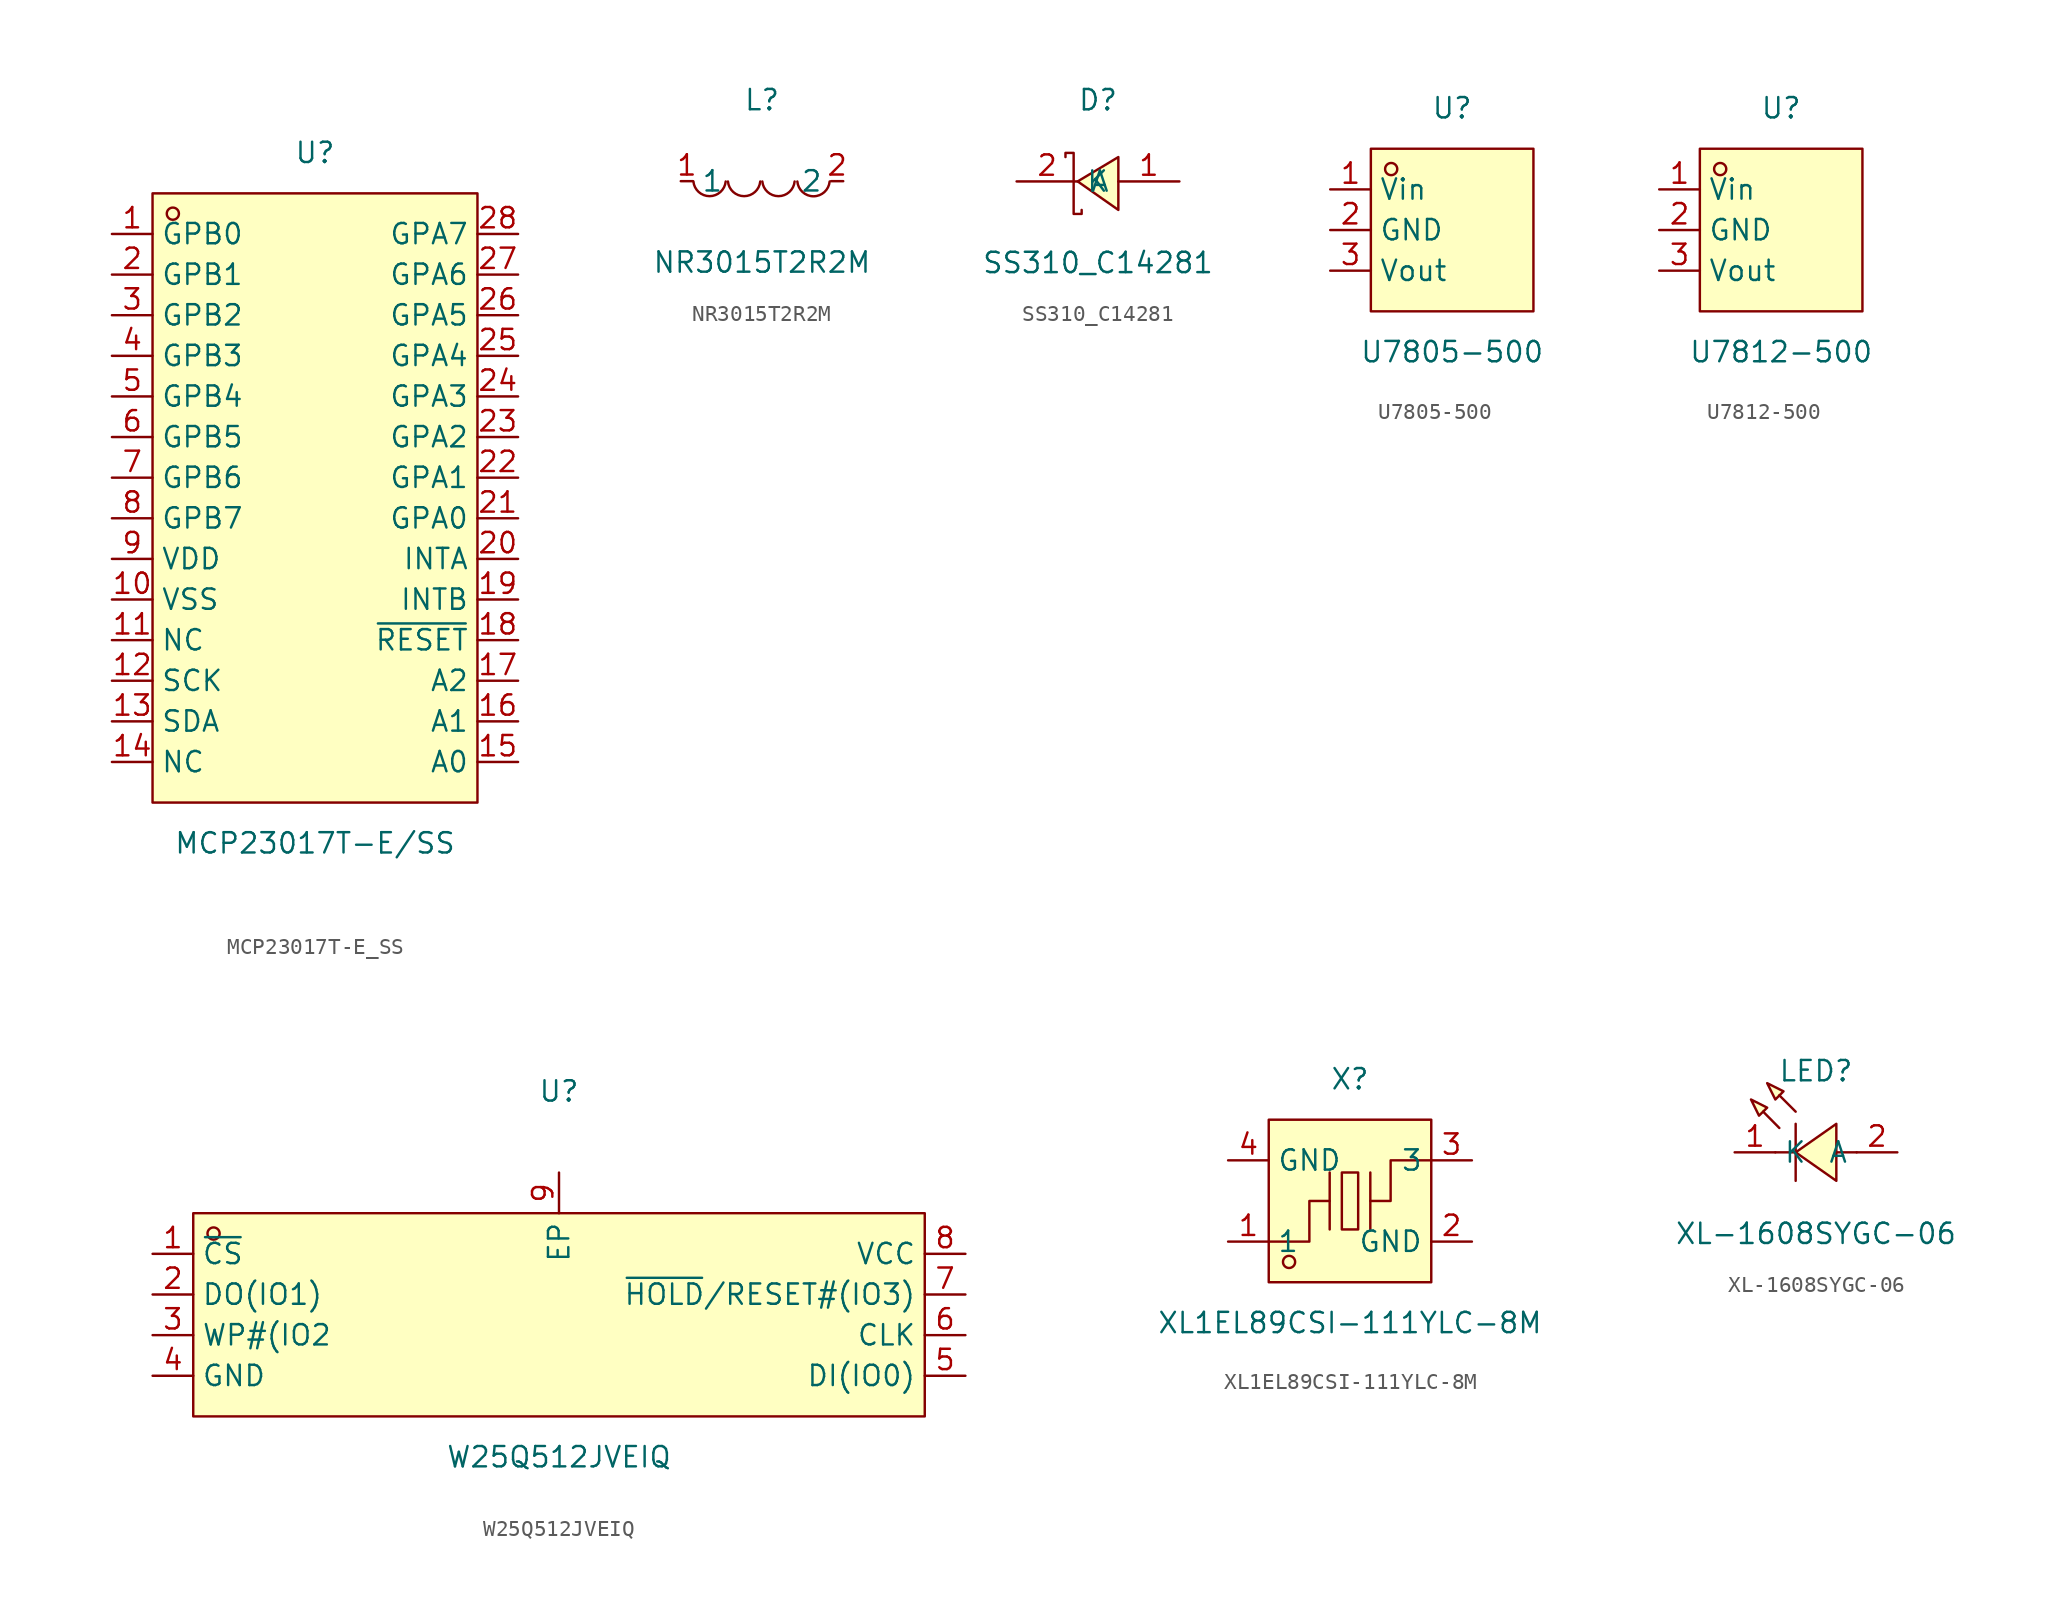
<source format=kicad_sym>
(kicad_symbol_lib
  (version 20211014)
  (generator https://github.com/uPesy/easyeda2kicad.py)
  (symbol "MCP23017T-E_SS"
    (property "Reference" "U"
      (at 0 21.59 0)
      (effects (font (size 1.27 1.27))))
    (property "Value" "MCP23017T-E/SS"
      (at 0 -21.59 0)
      (effects (font (size 1.27 1.27))))
    (symbol "MCP23017T-E_SS_0_1"
      (rectangle (start -10.16 19.05) (end 10.16 -19.05) (stroke (width 0) (type default) (color 0 0 0 0)) (fill (type background)))
      (circle (center -8.89 17.78) (radius 0.38) (stroke (width 0) (type default) (color 0 0 0 0)) (fill (type none)))
      (pin unspecified line (at -12.70 16.51 0) (length 2.54) (name "GPB0" (effects (font (size 1.27 1.27)))) (number "1" (effects (font (size 1.27 1.27)))))
      (pin unspecified line (at -12.70 13.97 0) (length 2.54) (name "GPB1" (effects (font (size 1.27 1.27)))) (number "2" (effects (font (size 1.27 1.27)))))
      (pin unspecified line (at -12.70 11.43 0) (length 2.54) (name "GPB2" (effects (font (size 1.27 1.27)))) (number "3" (effects (font (size 1.27 1.27)))))
      (pin unspecified line (at -12.70 8.89 0) (length 2.54) (name "GPB3" (effects (font (size 1.27 1.27)))) (number "4" (effects (font (size 1.27 1.27)))))
      (pin unspecified line (at -12.70 6.35 0) (length 2.54) (name "GPB4" (effects (font (size 1.27 1.27)))) (number "5" (effects (font (size 1.27 1.27)))))
      (pin unspecified line (at -12.70 3.81 0) (length 2.54) (name "GPB5" (effects (font (size 1.27 1.27)))) (number "6" (effects (font (size 1.27 1.27)))))
      (pin unspecified line (at -12.70 1.27 0) (length 2.54) (name "GPB6" (effects (font (size 1.27 1.27)))) (number "7" (effects (font (size 1.27 1.27)))))
      (pin unspecified line (at -12.70 -1.27 0) (length 2.54) (name "GPB7" (effects (font (size 1.27 1.27)))) (number "8" (effects (font (size 1.27 1.27)))))
      (pin unspecified line (at -12.70 -3.81 0) (length 2.54) (name "VDD" (effects (font (size 1.27 1.27)))) (number "9" (effects (font (size 1.27 1.27)))))
      (pin unspecified line (at -12.70 -6.35 0) (length 2.54) (name "VSS" (effects (font (size 1.27 1.27)))) (number "10" (effects (font (size 1.27 1.27)))))
      (pin unspecified line (at -12.70 -8.89 0) (length 2.54) (name "NC" (effects (font (size 1.27 1.27)))) (number "11" (effects (font (size 1.27 1.27)))))
      (pin unspecified line (at -12.70 -11.43 0) (length 2.54) (name "SCK" (effects (font (size 1.27 1.27)))) (number "12" (effects (font (size 1.27 1.27)))))
      (pin unspecified line (at -12.70 -13.97 0) (length 2.54) (name "SDA" (effects (font (size 1.27 1.27)))) (number "13" (effects (font (size 1.27 1.27)))))
      (pin unspecified line (at -12.70 -16.51 0) (length 2.54) (name "NC" (effects (font (size 1.27 1.27)))) (number "14" (effects (font (size 1.27 1.27)))))
      (pin unspecified line (at 12.70 -16.51 180) (length 2.54) (name "A0" (effects (font (size 1.27 1.27)))) (number "15" (effects (font (size 1.27 1.27)))))
      (pin unspecified line (at 12.70 -13.97 180) (length 2.54) (name "A1" (effects (font (size 1.27 1.27)))) (number "16" (effects (font (size 1.27 1.27)))))
      (pin unspecified line (at 12.70 -11.43 180) (length 2.54) (name "A2" (effects (font (size 1.27 1.27)))) (number "17" (effects (font (size 1.27 1.27)))))
      (pin unspecified line (at 12.70 -8.89 180) (length 2.54) (name "~{RESET}" (effects (font (size 1.27 1.27)))) (number "18" (effects (font (size 1.27 1.27)))))
      (pin unspecified line (at 12.70 -6.35 180) (length 2.54) (name "INTB" (effects (font (size 1.27 1.27)))) (number "19" (effects (font (size 1.27 1.27)))))
      (pin unspecified line (at 12.70 -3.81 180) (length 2.54) (name "INTA" (effects (font (size 1.27 1.27)))) (number "20" (effects (font (size 1.27 1.27)))))
      (pin unspecified line (at 12.70 -1.27 180) (length 2.54) (name "GPA0" (effects (font (size 1.27 1.27)))) (number "21" (effects (font (size 1.27 1.27)))))
      (pin unspecified line (at 12.70 1.27 180) (length 2.54) (name "GPA1" (effects (font (size 1.27 1.27)))) (number "22" (effects (font (size 1.27 1.27)))))
      (pin unspecified line (at 12.70 3.81 180) (length 2.54) (name "GPA2" (effects (font (size 1.27 1.27)))) (number "23" (effects (font (size 1.27 1.27)))))
      (pin unspecified line (at 12.70 6.35 180) (length 2.54) (name "GPA3" (effects (font (size 1.27 1.27)))) (number "24" (effects (font (size 1.27 1.27)))))
      (pin unspecified line (at 12.70 8.89 180) (length 2.54) (name "GPA4" (effects (font (size 1.27 1.27)))) (number "25" (effects (font (size 1.27 1.27)))))
      (pin unspecified line (at 12.70 11.43 180) (length 2.54) (name "GPA5" (effects (font (size 1.27 1.27)))) (number "26" (effects (font (size 1.27 1.27)))))
      (pin unspecified line (at 12.70 13.97 180) (length 2.54) (name "GPA6" (effects (font (size 1.27 1.27)))) (number "27" (effects (font (size 1.27 1.27)))))
      (pin unspecified line (at 12.70 16.51 180) (length 2.54) (name "GPA7" (effects (font (size 1.27 1.27)))) (number "28" (effects (font (size 1.27 1.27)))))))
  (symbol "NR3015T2R2M"
    (property "Reference" "L"
      (at 0 5.08 0)
      (effects (font (size 1.27 1.27))))
    (property "Value" "NR3015T2R2M"
      (at 0 -5.08 0)
      (effects (font (size 1.27 1.27))))
    (symbol "NR3015T2R2M_0_1"
      (arc (start -4.29 -0.02) (mid -2.52 -0.79) (end -2.27 -0.02) (stroke (width 0) (type default) (color 0 0 0 0)) (fill (type none)))
      (arc (start -2.13 -0.02) (mid -0.36 -0.79) (end -0.11 -0.02) (stroke (width 0) (type default) (color 0 0 0 0)) (fill (type none)))
      (arc (start 0.02 -0.02) (mid 1.79 -0.79) (end 2.04 -0.02) (stroke (width 0) (type default) (color 0 0 0 0)) (fill (type none)))
      (arc (start 2.21 -0.02) (mid 3.30 -1.12) (end 4.23 -0.02) (stroke (width 0) (type default) (color 0 0 0 0)) (fill (type none)))
      (pin unspecified line (at 5.08 -0.00 180) (length 0.762) (name "2" (effects (font (size 1.27 1.27)))) (number "2" (effects (font (size 1.27 1.27)))))
      (pin unspecified line (at -5.08 -0.00 0) (length 0.762) (name "1" (effects (font (size 1.27 1.27)))) (number "1" (effects (font (size 1.27 1.27)))))))
  (symbol "SS310_C14281"
    (property "Reference" "D"
      (at 0 5.08 0)
      (effects (font (size 1.27 1.27))))
    (property "Value" "SS310_C14281"
      (at 0 -5.08 0)
      (effects (font (size 1.27 1.27))))
    (symbol "SS310_C14281_0_1"
      (polyline (pts (xy 1.27 1.52) (xy -1.27 -0.00) (xy 1.27 -1.78) (xy 1.27 1.52)) (stroke (width 0) (type default) (color 0 0 0 0)) (fill (type background)))
      (polyline (pts (xy -2.03 1.52) (xy -2.03 1.78) (xy -1.52 1.78) (xy -1.52 -2.03) (xy -1.02 -2.03) (xy -1.02 -1.78)) (stroke (width 0) (type default) (color 0 0 0 0)) (fill (type none)))
      (pin unspecified line (at 5.08 -0.00 180) (length 3.81) (name "A" (effects (font (size 1.27 1.27)))) (number "1" (effects (font (size 1.27 1.27)))))
      (pin unspecified line (at -5.08 -0.00 0) (length 3.81) (name "K" (effects (font (size 1.27 1.27)))) (number "2" (effects (font (size 1.27 1.27)))))))
  (symbol "U7805-500"
    (property "Reference" "U"
      (at 0 7.62 0)
      (effects (font (size 1.27 1.27))))
    (property "Value" "U7805-500"
      (at 0 -7.62 0)
      (effects (font (size 1.27 1.27))))
    (symbol "U7805-500_0_1"
      (rectangle (start -5.08 5.08) (end 5.08 -5.08) (stroke (width 0) (type default) (color 0 0 0 0)) (fill (type background)))
      (circle (center -3.81 3.81) (radius 0.38) (stroke (width 0) (type default) (color 0 0 0 0)) (fill (type none)))
      (pin unspecified line (at -7.62 2.54 0) (length 2.54) (name "Vin" (effects (font (size 1.27 1.27)))) (number "1" (effects (font (size 1.27 1.27)))))
      (pin unspecified line (at -7.62 -0.00 0) (length 2.54) (name "GND" (effects (font (size 1.27 1.27)))) (number "2" (effects (font (size 1.27 1.27)))))
      (pin unspecified line (at -7.62 -2.54 0) (length 2.54) (name "Vout" (effects (font (size 1.27 1.27)))) (number "3" (effects (font (size 1.27 1.27)))))))
  (symbol "U7812-500"
    (property "Reference" "U"
      (at 0 7.62 0)
      (effects (font (size 1.27 1.27))))
    (property "Value" "U7812-500"
      (at 0 -7.62 0)
      (effects (font (size 1.27 1.27))))
    (symbol "U7812-500_0_1"
      (rectangle (start -5.08 5.08) (end 5.08 -5.08) (stroke (width 0) (type default) (color 0 0 0 0)) (fill (type background)))
      (circle (center -3.81 3.81) (radius 0.38) (stroke (width 0) (type default) (color 0 0 0 0)) (fill (type none)))
      (pin unspecified line (at -7.62 2.54 0) (length 2.54) (name "Vin" (effects (font (size 1.27 1.27)))) (number "1" (effects (font (size 1.27 1.27)))))
      (pin unspecified line (at -7.62 -0.00 0) (length 2.54) (name "GND" (effects (font (size 1.27 1.27)))) (number "2" (effects (font (size 1.27 1.27)))))
      (pin unspecified line (at -7.62 -2.54 0) (length 2.54) (name "Vout" (effects (font (size 1.27 1.27)))) (number "3" (effects (font (size 1.27 1.27)))))))
  (symbol "W25Q512JVEIQ"
    (property "Reference" "U"
      (at 0 13.97 0)
      (effects (font (size 1.27 1.27))))
    (property "Value" "W25Q512JVEIQ"
      (at 0 -8.89 0)
      (effects (font (size 1.27 1.27))))
    (symbol "W25Q512JVEIQ_0_1"
      (rectangle (start -22.86 6.35) (end 22.86 -6.35) (stroke (width 0) (type default) (color 0 0 0 0)) (fill (type background)))
      (circle (center -21.59 5.08) (radius 0.38) (stroke (width 0) (type default) (color 0 0 0 0)) (fill (type none)))
      (pin unspecified line (at -25.40 3.81 0) (length 2.54) (name "~{CS}" (effects (font (size 1.27 1.27)))) (number "1" (effects (font (size 1.27 1.27)))))
      (pin unspecified line (at -25.40 1.27 0) (length 2.54) (name "DO(IO1)" (effects (font (size 1.27 1.27)))) (number "2" (effects (font (size 1.27 1.27)))))
      (pin unspecified line (at -25.40 -1.27 0) (length 2.54) (name "WP#(IO2" (effects (font (size 1.27 1.27)))) (number "3" (effects (font (size 1.27 1.27)))))
      (pin unspecified line (at -25.40 -3.81 0) (length 2.54) (name "GND" (effects (font (size 1.27 1.27)))) (number "4" (effects (font (size 1.27 1.27)))))
      (pin unspecified line (at 25.40 -3.81 180) (length 2.54) (name "DI(IO0)" (effects (font (size 1.27 1.27)))) (number "5" (effects (font (size 1.27 1.27)))))
      (pin unspecified line (at 25.40 -1.27 180) (length 2.54) (name "CLK" (effects (font (size 1.27 1.27)))) (number "6" (effects (font (size 1.27 1.27)))))
      (pin unspecified line (at 25.40 1.27 180) (length 2.54) (name "~{HOLD}/RESET#(IO3)" (effects (font (size 1.27 1.27)))) (number "7" (effects (font (size 1.27 1.27)))))
      (pin unspecified line (at 25.40 3.81 180) (length 2.54) (name "VCC" (effects (font (size 1.27 1.27)))) (number "8" (effects (font (size 1.27 1.27)))))
      (pin unspecified line (at 0.00 8.89 270) (length 2.54) (name "EP" (effects (font (size 1.27 1.27)))) (number "9" (effects (font (size 1.27 1.27)))))))
  (symbol "XL1EL89CSI-111YLC-8M"
    (property "Reference" "X"
      (at 0 7.62 0)
      (effects (font (size 1.27 1.27))))
    (property "Value" "XL1EL89CSI-111YLC-8M"
      (at 0 -7.62 0)
      (effects (font (size 1.27 1.27))))
    (symbol "XL1EL89CSI-111YLC-8M_0_1"
      (rectangle (start -5.08 5.08) (end 5.08 -5.08) (stroke (width 0) (type default) (color 0 0 0 0)) (fill (type background)))
      (rectangle (start -0.51 1.78) (end 0.51 -1.78) (stroke (width 0) (type default) (color 0 0 0 0)) (fill (type background)))
      (circle (center -3.81 -3.81) (radius 0.38) (stroke (width 0) (type default) (color 0 0 0 0)) (fill (type none)))
      (polyline (pts (xy -1.27 -1.78) (xy -1.27 1.78)) (stroke (width 0) (type default) (color 0 0 0 0)) (fill (type none)))
      (polyline (pts (xy 1.27 -1.78) (xy 1.27 1.78)) (stroke (width 0) (type default) (color 0 0 0 0)) (fill (type none)))
      (polyline (pts (xy -5.08 -2.54) (xy -2.54 -2.54) (xy -2.54 -0.00) (xy -1.27 -0.00)) (stroke (width 0) (type default) (color 0 0 0 0)) (fill (type none)))
      (polyline (pts (xy 5.08 2.54) (xy 2.54 2.54) (xy 2.54 -0.00) (xy 1.27 -0.00)) (stroke (width 0) (type default) (color 0 0 0 0)) (fill (type none)))
      (pin input line (at -7.62 -2.54 0) (length 2.54) (name "1" (effects (font (size 1.27 1.27)))) (number "1" (effects (font (size 1.27 1.27)))))
      (pin input line (at 7.62 2.54 180) (length 2.54) (name "3" (effects (font (size 1.27 1.27)))) (number "3" (effects (font (size 1.27 1.27)))))
      (pin input line (at -7.62 2.54 0) (length 2.54) (name "GND" (effects (font (size 1.27 1.27)))) (number "4" (effects (font (size 1.27 1.27)))))
      (pin input line (at 7.62 -2.54 180) (length 2.54) (name "GND" (effects (font (size 1.27 1.27)))) (number "2" (effects (font (size 1.27 1.27)))))))
  (symbol "XL-1608SYGC-06"
    (property "Reference" "LED"
      (at 0 5.08 0)
      (effects (font (size 1.27 1.27))))
    (property "Value" "XL-1608SYGC-06"
      (at 0 -5.08 0)
      (effects (font (size 1.27 1.27))))
    (symbol "XL-1608SYGC-06_0_1"
      (polyline (pts (xy -4.06 3.30) (xy -3.05 2.79) (xy -3.56 2.29) (xy -4.06 3.30)) (stroke (width 0) (type default) (color 0 0 0 0)) (fill (type background)))
      (polyline (pts (xy -3.05 4.32) (xy -2.03 3.81) (xy -2.54 3.30) (xy -3.05 4.32)) (stroke (width 0) (type default) (color 0 0 0 0)) (fill (type background)))
      (polyline (pts (xy 1.27 1.78) (xy -1.27 -0.00) (xy 1.27 -1.78) (xy 1.27 1.78)) (stroke (width 0) (type default) (color 0 0 0 0)) (fill (type background)))
      (polyline (pts (xy -2.29 1.52) (xy -3.30 2.54) (xy -2.29 1.52)) (stroke (width 0) (type default) (color 0 0 0 0)) (fill (type background)))
      (polyline (pts (xy -1.27 2.54) (xy -2.29 3.56) (xy -1.27 2.54)) (stroke (width 0) (type default) (color 0 0 0 0)) (fill (type background)))
      (polyline (pts (xy -1.27 -0.00) (xy -2.54 -0.00)) (stroke (width 0) (type default) (color 0 0 0 0)) (fill (type none)))
      (polyline (pts (xy 2.54 -0.00) (xy 1.27 -0.00)) (stroke (width 0) (type default) (color 0 0 0 0)) (fill (type none)))
      (polyline (pts (xy -1.27 1.78) (xy -1.27 -1.78)) (stroke (width 0) (type default) (color 0 0 0 0)) (fill (type none)))
      (pin unspecified line (at -5.08 -0.00 0) (length 2.54) (name "K" (effects (font (size 1.27 1.27)))) (number "1" (effects (font (size 1.27 1.27)))))
      (pin unspecified line (at 5.08 -0.00 180) (length 2.54) (name "A" (effects (font (size 1.27 1.27)))) (number "2" (effects (font (size 1.27 1.27))))))))
</source>
